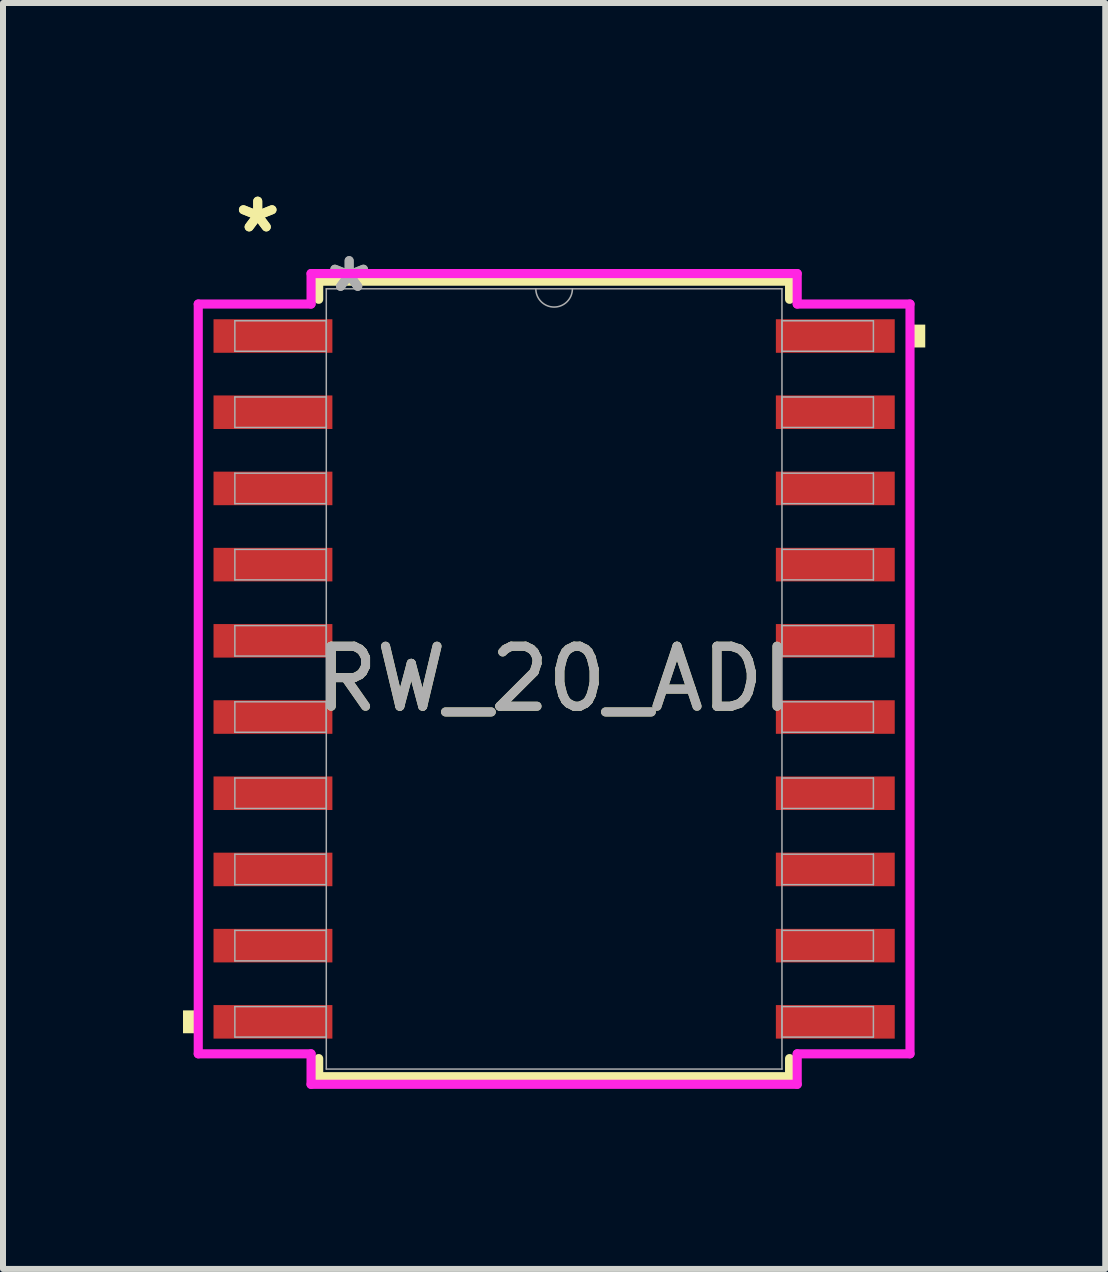
<source format=kicad_pcb>
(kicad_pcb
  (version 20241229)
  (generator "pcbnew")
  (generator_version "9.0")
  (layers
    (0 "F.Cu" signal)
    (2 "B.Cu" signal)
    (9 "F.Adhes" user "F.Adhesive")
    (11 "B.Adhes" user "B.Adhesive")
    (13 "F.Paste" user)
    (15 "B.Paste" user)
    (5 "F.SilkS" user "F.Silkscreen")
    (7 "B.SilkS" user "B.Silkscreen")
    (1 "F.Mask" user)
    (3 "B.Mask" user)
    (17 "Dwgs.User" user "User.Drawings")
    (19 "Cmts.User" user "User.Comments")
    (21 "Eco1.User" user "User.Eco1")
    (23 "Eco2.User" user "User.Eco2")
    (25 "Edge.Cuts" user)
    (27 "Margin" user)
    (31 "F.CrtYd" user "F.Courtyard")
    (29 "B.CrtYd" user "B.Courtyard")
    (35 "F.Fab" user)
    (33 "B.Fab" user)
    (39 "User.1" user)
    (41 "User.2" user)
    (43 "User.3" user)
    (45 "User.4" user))
  (footprint "RW_20_ADI"
    (layer "F.Cu")
    (at 6.185 8.265)
    (property "Reference" "RW_20_ADI" (at 0 0 0) (unlocked yes) (layer "F.SilkS") (effects (font (size 1 1) (thickness 0.15))))
    (attr smd)
    (fp_line (start -3.924 -6.629) (end -3.924 -6.327) (stroke (width 0.152) (type solid)) (layer "F.SilkS"))
    (fp_line (start -3.924 6.327) (end -3.924 6.629) (stroke (width 0.152) (type solid)) (layer "F.SilkS"))
    (fp_line (start -3.924 6.629) (end 3.924 6.629) (stroke (width 0.152) (type solid)) (layer "F.SilkS"))
    (fp_line (start 3.924 -6.629) (end -3.924 -6.629) (stroke (width 0.152) (type solid)) (layer "F.SilkS"))
    (fp_line (start 3.924 -6.327) (end 3.924 -6.629) (stroke (width 0.152) (type solid)) (layer "F.SilkS"))
    (fp_line (start 3.924 6.629) (end 3.924 6.327) (stroke (width 0.152) (type solid)) (layer "F.SilkS"))
    (fp_poly (pts (xy -6.185 5.524) (xy -6.185 5.905) (xy -5.931 5.905) (xy -5.931 5.524)) (stroke (width 0) (type solid)) (fill yes) (layer "F.SilkS"))
    (fp_poly (pts (xy 6.185 -5.905) (xy 6.185 -5.524) (xy 5.931 -5.524) (xy 5.931 -5.905)) (stroke (width 0) (type solid)) (fill yes) (layer "F.SilkS"))
    (fp_line (start -5.931 -6.248) (end -4.051 -6.248) (stroke (width 0.152) (type solid)) (layer "F.CrtYd"))
    (fp_line (start -5.931 6.248) (end -5.931 -6.248) (stroke (width 0.152) (type solid)) (layer "F.CrtYd"))
    (fp_line (start -5.931 6.248) (end -4.051 6.248) (stroke (width 0.152) (type solid)) (layer "F.CrtYd"))
    (fp_line (start -4.051 -6.756) (end 4.051 -6.756) (stroke (width 0.152) (type solid)) (layer "F.CrtYd"))
    (fp_line (start -4.051 -6.248) (end -4.051 -6.756) (stroke (width 0.152) (type solid)) (layer "F.CrtYd"))
    (fp_line (start -4.051 6.756) (end -4.051 6.248) (stroke (width 0.152) (type solid)) (layer "F.CrtYd"))
    (fp_line (start 4.051 -6.756) (end 4.051 -6.248) (stroke (width 0.152) (type solid)) (layer "F.CrtYd"))
    (fp_line (start 4.051 6.248) (end 4.051 6.756) (stroke (width 0.152) (type solid)) (layer "F.CrtYd"))
    (fp_line (start 4.051 6.756) (end -4.051 6.756) (stroke (width 0.152) (type solid)) (layer "F.CrtYd"))
    (fp_line (start 5.931 -6.248) (end 4.051 -6.248) (stroke (width 0.152) (type solid)) (layer "F.CrtYd"))
    (fp_line (start 5.931 -6.248) (end 5.931 6.248) (stroke (width 0.152) (type solid)) (layer "F.CrtYd"))
    (fp_line (start 5.931 6.248) (end 4.051 6.248) (stroke (width 0.152) (type solid)) (layer "F.CrtYd"))
    (fp_line (start -5.321 -5.969) (end -5.321 -5.461) (stroke (width 0.025) (type solid)) (layer "F.Fab"))
    (fp_line (start -5.321 -5.461) (end -3.797 -5.461) (stroke (width 0.025) (type solid)) (layer "F.Fab"))
    (fp_line (start -5.321 -4.699) (end -5.321 -4.191) (stroke (width 0.025) (type solid)) (layer "F.Fab"))
    (fp_line (start -5.321 -4.191) (end -3.797 -4.191) (stroke (width 0.025) (type solid)) (layer "F.Fab"))
    (fp_line (start -5.321 -3.429) (end -5.321 -2.921) (stroke (width 0.025) (type solid)) (layer "F.Fab"))
    (fp_line (start -5.321 -2.921) (end -3.797 -2.921) (stroke (width 0.025) (type solid)) (layer "F.Fab"))
    (fp_line (start -5.321 -2.159) (end -5.321 -1.651) (stroke (width 0.025) (type solid)) (layer "F.Fab"))
    (fp_line (start -5.321 -1.651) (end -3.797 -1.651) (stroke (width 0.025) (type solid)) (layer "F.Fab"))
    (fp_line (start -5.321 -0.889) (end -5.321 -0.381) (stroke (width 0.025) (type solid)) (layer "F.Fab"))
    (fp_line (start -5.321 -0.381) (end -3.797 -0.381) (stroke (width 0.025) (type solid)) (layer "F.Fab"))
    (fp_line (start -5.321 0.381) (end -5.321 0.889) (stroke (width 0.025) (type solid)) (layer "F.Fab"))
    (fp_line (start -5.321 0.889) (end -3.797 0.889) (stroke (width 0.025) (type solid)) (layer "F.Fab"))
    (fp_line (start -5.321 1.651) (end -5.321 2.159) (stroke (width 0.025) (type solid)) (layer "F.Fab"))
    (fp_line (start -5.321 2.159) (end -3.797 2.159) (stroke (width 0.025) (type solid)) (layer "F.Fab"))
    (fp_line (start -5.321 2.921) (end -5.321 3.429) (stroke (width 0.025) (type solid)) (layer "F.Fab"))
    (fp_line (start -5.321 3.429) (end -3.797 3.429) (stroke (width 0.025) (type solid)) (layer "F.Fab"))
    (fp_line (start -5.321 4.191) (end -5.321 4.699) (stroke (width 0.025) (type solid)) (layer "F.Fab"))
    (fp_line (start -5.321 4.699) (end -3.797 4.699) (stroke (width 0.025) (type solid)) (layer "F.Fab"))
    (fp_line (start -5.321 5.461) (end -5.321 5.969) (stroke (width 0.025) (type solid)) (layer "F.Fab"))
    (fp_line (start -5.321 5.969) (end -3.797 5.969) (stroke (width 0.025) (type solid)) (layer "F.Fab"))
    (fp_line (start -3.797 -6.502) (end -3.797 6.502) (stroke (width 0.025) (type solid)) (layer "F.Fab"))
    (fp_line (start -3.797 -5.969) (end -5.321 -5.969) (stroke (width 0.025) (type solid)) (layer "F.Fab"))
    (fp_line (start -3.797 -5.461) (end -3.797 -5.969) (stroke (width 0.025) (type solid)) (layer "F.Fab"))
    (fp_line (start -3.797 -4.699) (end -5.321 -4.699) (stroke (width 0.025) (type solid)) (layer "F.Fab"))
    (fp_line (start -3.797 -4.191) (end -3.797 -4.699) (stroke (width 0.025) (type solid)) (layer "F.Fab"))
    (fp_line (start -3.797 -3.429) (end -5.321 -3.429) (stroke (width 0.025) (type solid)) (layer "F.Fab"))
    (fp_line (start -3.797 -2.921) (end -3.797 -3.429) (stroke (width 0.025) (type solid)) (layer "F.Fab"))
    (fp_line (start -3.797 -2.159) (end -5.321 -2.159) (stroke (width 0.025) (type solid)) (layer "F.Fab"))
    (fp_line (start -3.797 -1.651) (end -3.797 -2.159) (stroke (width 0.025) (type solid)) (layer "F.Fab"))
    (fp_line (start -3.797 -0.889) (end -5.321 -0.889) (stroke (width 0.025) (type solid)) (layer "F.Fab"))
    (fp_line (start -3.797 -0.381) (end -3.797 -0.889) (stroke (width 0.025) (type solid)) (layer "F.Fab"))
    (fp_line (start -3.797 0.381) (end -5.321 0.381) (stroke (width 0.025) (type solid)) (layer "F.Fab"))
    (fp_line (start -3.797 0.889) (end -3.797 0.381) (stroke (width 0.025) (type solid)) (layer "F.Fab"))
    (fp_line (start -3.797 1.651) (end -5.321 1.651) (stroke (width 0.025) (type solid)) (layer "F.Fab"))
    (fp_line (start -3.797 2.159) (end -3.797 1.651) (stroke (width 0.025) (type solid)) (layer "F.Fab"))
    (fp_line (start -3.797 2.921) (end -5.321 2.921) (stroke (width 0.025) (type solid)) (layer "F.Fab"))
    (fp_line (start -3.797 3.429) (end -3.797 2.921) (stroke (width 0.025) (type solid)) (layer "F.Fab"))
    (fp_line (start -3.797 4.191) (end -5.321 4.191) (stroke (width 0.025) (type solid)) (layer "F.Fab"))
    (fp_line (start -3.797 4.699) (end -3.797 4.191) (stroke (width 0.025) (type solid)) (layer "F.Fab"))
    (fp_line (start -3.797 5.461) (end -5.321 5.461) (stroke (width 0.025) (type solid)) (layer "F.Fab"))
    (fp_line (start -3.797 5.969) (end -3.797 5.461) (stroke (width 0.025) (type solid)) (layer "F.Fab"))
    (fp_line (start -3.797 6.502) (end 3.797 6.502) (stroke (width 0.025) (type solid)) (layer "F.Fab"))
    (fp_line (start 3.797 -6.502) (end -3.797 -6.502) (stroke (width 0.025) (type solid)) (layer "F.Fab"))
    (fp_line (start 3.797 -5.969) (end 3.797 -5.461) (stroke (width 0.025) (type solid)) (layer "F.Fab"))
    (fp_line (start 3.797 -5.461) (end 5.321 -5.461) (stroke (width 0.025) (type solid)) (layer "F.Fab"))
    (fp_line (start 3.797 -4.699) (end 3.797 -4.191) (stroke (width 0.025) (type solid)) (layer "F.Fab"))
    (fp_line (start 3.797 -4.191) (end 5.321 -4.191) (stroke (width 0.025) (type solid)) (layer "F.Fab"))
    (fp_line (start 3.797 -3.429) (end 3.797 -2.921) (stroke (width 0.025) (type solid)) (layer "F.Fab"))
    (fp_line (start 3.797 -2.921) (end 5.321 -2.921) (stroke (width 0.025) (type solid)) (layer "F.Fab"))
    (fp_line (start 3.797 -2.159) (end 3.797 -1.651) (stroke (width 0.025) (type solid)) (layer "F.Fab"))
    (fp_line (start 3.797 -1.651) (end 5.321 -1.651) (stroke (width 0.025) (type solid)) (layer "F.Fab"))
    (fp_line (start 3.797 -0.889) (end 3.797 -0.381) (stroke (width 0.025) (type solid)) (layer "F.Fab"))
    (fp_line (start 3.797 -0.381) (end 5.321 -0.381) (stroke (width 0.025) (type solid)) (layer "F.Fab"))
    (fp_line (start 3.797 0.381) (end 3.797 0.889) (stroke (width 0.025) (type solid)) (layer "F.Fab"))
    (fp_line (start 3.797 0.889) (end 5.321 0.889) (stroke (width 0.025) (type solid)) (layer "F.Fab"))
    (fp_line (start 3.797 1.651) (end 3.797 2.159) (stroke (width 0.025) (type solid)) (layer "F.Fab"))
    (fp_line (start 3.797 2.159) (end 5.321 2.159) (stroke (width 0.025) (type solid)) (layer "F.Fab"))
    (fp_line (start 3.797 2.921) (end 3.797 3.429) (stroke (width 0.025) (type solid)) (layer "F.Fab"))
    (fp_line (start 3.797 3.429) (end 5.321 3.429) (stroke (width 0.025) (type solid)) (layer "F.Fab"))
    (fp_line (start 3.797 4.191) (end 3.797 4.699) (stroke (width 0.025) (type solid)) (layer "F.Fab"))
    (fp_line (start 3.797 4.699) (end 5.321 4.699) (stroke (width 0.025) (type solid)) (layer "F.Fab"))
    (fp_line (start 3.797 5.461) (end 3.797 5.969) (stroke (width 0.025) (type solid)) (layer "F.Fab"))
    (fp_line (start 3.797 5.969) (end 5.321 5.969) (stroke (width 0.025) (type solid)) (layer "F.Fab"))
    (fp_line (start 3.797 6.502) (end 3.797 -6.502) (stroke (width 0.025) (type solid)) (layer "F.Fab"))
    (fp_line (start 5.321 -5.969) (end 3.797 -5.969) (stroke (width 0.025) (type solid)) (layer "F.Fab"))
    (fp_line (start 5.321 -5.461) (end 5.321 -5.969) (stroke (width 0.025) (type solid)) (layer "F.Fab"))
    (fp_line (start 5.321 -4.699) (end 3.797 -4.699) (stroke (width 0.025) (type solid)) (layer "F.Fab"))
    (fp_line (start 5.321 -4.191) (end 5.321 -4.699) (stroke (width 0.025) (type solid)) (layer "F.Fab"))
    (fp_line (start 5.321 -3.429) (end 3.797 -3.429) (stroke (width 0.025) (type solid)) (layer "F.Fab"))
    (fp_line (start 5.321 -2.921) (end 5.321 -3.429) (stroke (width 0.025) (type solid)) (layer "F.Fab"))
    (fp_line (start 5.321 -2.159) (end 3.797 -2.159) (stroke (width 0.025) (type solid)) (layer "F.Fab"))
    (fp_line (start 5.321 -1.651) (end 5.321 -2.159) (stroke (width 0.025) (type solid)) (layer "F.Fab"))
    (fp_line (start 5.321 -0.889) (end 3.797 -0.889) (stroke (width 0.025) (type solid)) (layer "F.Fab"))
    (fp_line (start 5.321 -0.381) (end 5.321 -0.889) (stroke (width 0.025) (type solid)) (layer "F.Fab"))
    (fp_line (start 5.321 0.381) (end 3.797 0.381) (stroke (width 0.025) (type solid)) (layer "F.Fab"))
    (fp_line (start 5.321 0.889) (end 5.321 0.381) (stroke (width 0.025) (type solid)) (layer "F.Fab"))
    (fp_line (start 5.321 1.651) (end 3.797 1.651) (stroke (width 0.025) (type solid)) (layer "F.Fab"))
    (fp_line (start 5.321 2.159) (end 5.321 1.651) (stroke (width 0.025) (type solid)) (layer "F.Fab"))
    (fp_line (start 5.321 2.921) (end 3.797 2.921) (stroke (width 0.025) (type solid)) (layer "F.Fab"))
    (fp_line (start 5.321 3.429) (end 5.321 2.921) (stroke (width 0.025) (type solid)) (layer "F.Fab"))
    (fp_line (start 5.321 4.191) (end 3.797 4.191) (stroke (width 0.025) (type solid)) (layer "F.Fab"))
    (fp_line (start 5.321 4.699) (end 5.321 4.191) (stroke (width 0.025) (type solid)) (layer "F.Fab"))
    (fp_line (start 5.321 5.461) (end 3.797 5.461) (stroke (width 0.025) (type solid)) (layer "F.Fab"))
    (fp_line (start 5.321 5.969) (end 5.321 5.461) (stroke (width 0.025) (type solid)) (layer "F.Fab"))
    (fp_arc (start 0.3048 -6.5024) (mid 0 -6.1976) (end -0.3048 -6.5024) (stroke (width 0.0254) (type solid)) (layer "F.Fab"))
    (fp_text user "*" (at -4.94 -7.417 0) (unlocked yes) (layer "F.SilkS") (effects (font (size 1 1) (thickness 0.15))))
    (fp_text user "*" (at -4.94 -7.417 0) (layer "F.SilkS") (effects (font (size 1 1) (thickness 0.15))))
    (fp_text user "*" (at -3.416 -6.426 0) (unlocked yes) (layer "F.Fab") (effects (font (size 1 1) (thickness 0.15))))
    (fp_text user "${REFERENCE}" (at 0 0 0) (unlocked yes) (layer "F.Fab") (effects (font (size 1 1) (thickness 0.15))))
    (fp_text user "*" (at -3.416 -6.426 0) (layer "F.Fab") (effects (font (size 1 1) (thickness 0.15))))
    (pad "1" smd rect (at -4.686 -5.715) (size 1.981 0.559) (layers "F.Cu" "F.Mask" "F.Paste"))
    (pad "2" smd rect (at -4.686 -4.445) (size 1.981 0.559) (layers "F.Cu" "F.Mask" "F.Paste"))
    (pad "3" smd rect (at -4.686 -3.175) (size 1.981 0.559) (layers "F.Cu" "F.Mask" "F.Paste"))
    (pad "4" smd rect (at -4.686 -1.905) (size 1.981 0.559) (layers "F.Cu" "F.Mask" "F.Paste"))
    (pad "5" smd rect (at -4.686 -0.635) (size 1.981 0.559) (layers "F.Cu" "F.Mask" "F.Paste"))
    (pad "6" smd rect (at -4.686 0.635) (size 1.981 0.559) (layers "F.Cu" "F.Mask" "F.Paste"))
    (pad "7" smd rect (at -4.686 1.905) (size 1.981 0.559) (layers "F.Cu" "F.Mask" "F.Paste"))
    (pad "8" smd rect (at -4.686 3.175) (size 1.981 0.559) (layers "F.Cu" "F.Mask" "F.Paste"))
    (pad "9" smd rect (at -4.686 4.445) (size 1.981 0.559) (layers "F.Cu" "F.Mask" "F.Paste"))
    (pad "10" smd rect (at -4.686 5.715) (size 1.981 0.559) (layers "F.Cu" "F.Mask" "F.Paste"))
    (pad "11" smd rect (at 4.686 5.715) (size 1.981 0.559) (layers "F.Cu" "F.Mask" "F.Paste"))
    (pad "12" smd rect (at 4.686 4.445) (size 1.981 0.559) (layers "F.Cu" "F.Mask" "F.Paste"))
    (pad "13" smd rect (at 4.686 3.175) (size 1.981 0.559) (layers "F.Cu" "F.Mask" "F.Paste"))
    (pad "14" smd rect (at 4.686 1.905) (size 1.981 0.559) (layers "F.Cu" "F.Mask" "F.Paste"))
    (pad "15" smd rect (at 4.686 0.635) (size 1.981 0.559) (layers "F.Cu" "F.Mask" "F.Paste"))
    (pad "16" smd rect (at 4.686 -0.635) (size 1.981 0.559) (layers "F.Cu" "F.Mask" "F.Paste"))
    (pad "17" smd rect (at 4.686 -1.905) (size 1.981 0.559) (layers "F.Cu" "F.Mask" "F.Paste"))
    (pad "18" smd rect (at 4.686 -3.175) (size 1.981 0.559) (layers "F.Cu" "F.Mask" "F.Paste"))
    (pad "19" smd rect (at 4.686 -4.445) (size 1.981 0.559) (layers "F.Cu" "F.Mask" "F.Paste"))
    (pad "20" smd rect (at 4.686 -5.715) (size 1.981 0.559) (layers "F.Cu" "F.Mask" "F.Paste")))
  (gr_rect
    (start -3 -3)
    (end 15.37 18.098)
    (stroke (width 0.1) (type default))
    (fill no)
    (layer "Edge.Cuts")))
</source>
